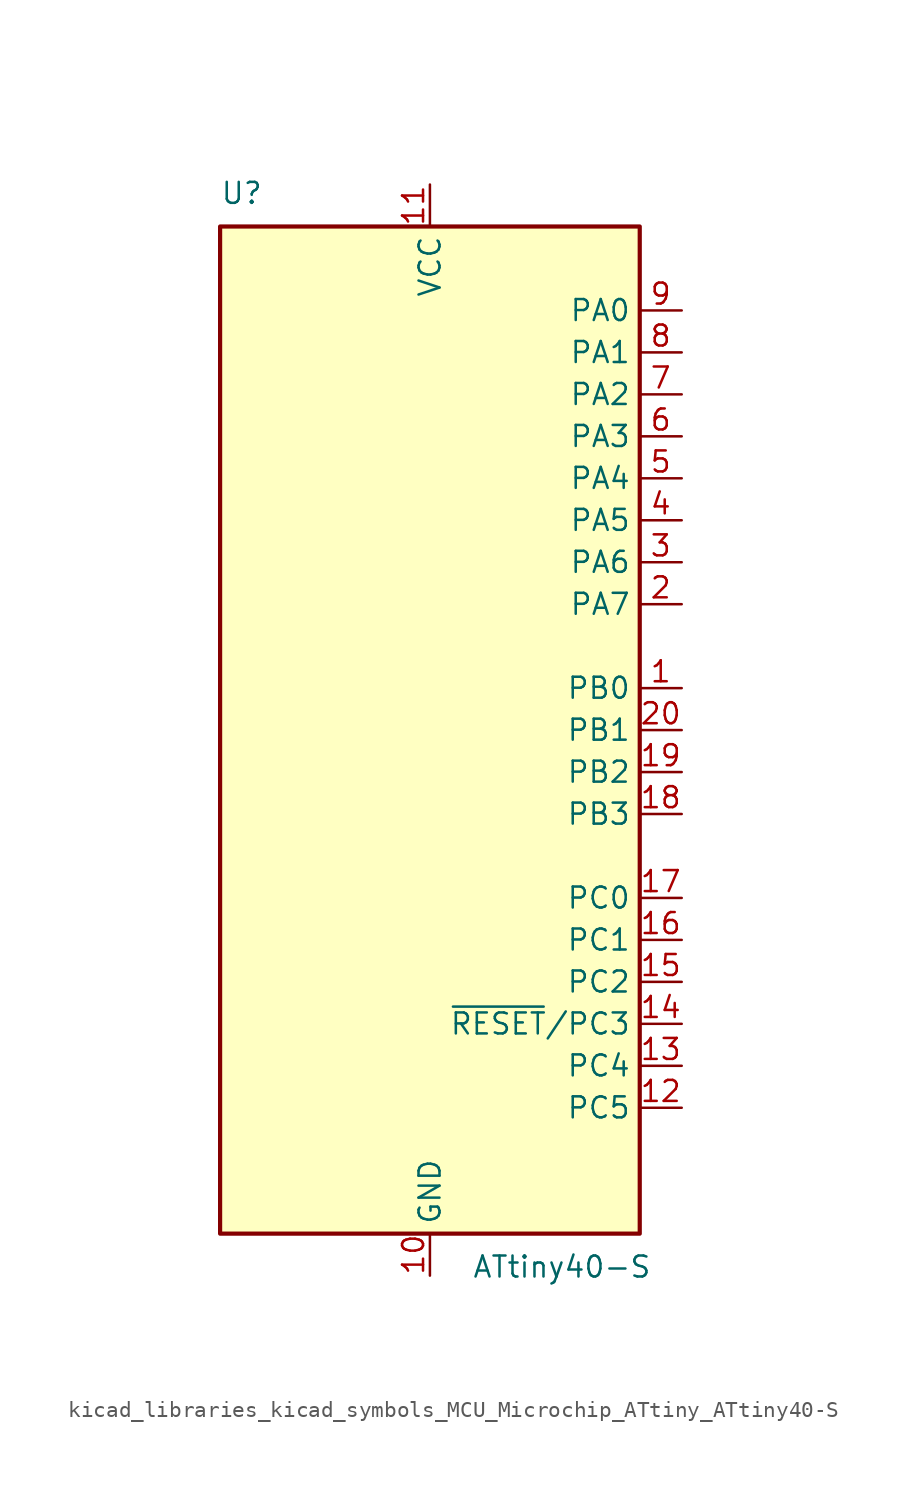
<source format=kicad_sym>
(kicad_symbol_lib
  (version 20220914)
  (generator kicad_symbol_editor)
  (symbol "kicad_libraries_kicad_symbols_MCU_Microchip_ATtiny_ATtiny40-S"
    (property "Reference" "U"
      (at -12.7 31.75 0)
      (effects (font (size 1.27 1.27)) (justify left bottom)))
    (property "Value" "ATtiny40-S"
      (at 2.54 -31.75 0)
      (effects (font (size 1.27 1.27)) (justify left top)))
    (symbol "kicad_libraries_kicad_symbols_MCU_Microchip_ATtiny_ATtiny40-S_0_1"
      (rectangle (start -12.7 -30.48) (end 12.7 30.48) (stroke (width 0.254) (type default)) (fill (type background))))
    (symbol "kicad_libraries_kicad_symbols_MCU_Microchip_ATtiny_ATtiny40-S_1_1"
      (pin bidirectional line (at 15.24 2.54 180) (length 2.54) (name "PB0" (effects (font (size 1.27 1.27)))) (number "1" (effects (font (size 1.27 1.27)))))
      (pin power_in line (at 0 -33.02 90) (length 2.54) (name "GND" (effects (font (size 1.27 1.27)))) (number "10" (effects (font (size 1.27 1.27)))))
      (pin power_in line (at 0 33.02 270) (length 2.54) (name "VCC" (effects (font (size 1.27 1.27)))) (number "11" (effects (font (size 1.27 1.27)))))
      (pin bidirectional line (at 15.24 -22.86 180) (length 2.54) (name "PC5" (effects (font (size 1.27 1.27)))) (number "12" (effects (font (size 1.27 1.27)))))
      (pin bidirectional line (at 15.24 -20.32 180) (length 2.54) (name "PC4" (effects (font (size 1.27 1.27)))) (number "13" (effects (font (size 1.27 1.27)))))
      (pin bidirectional line (at 15.24 -17.78 180) (length 2.54) (name "~{RESET}/PC3" (effects (font (size 1.27 1.27)))) (number "14" (effects (font (size 1.27 1.27)))))
      (pin bidirectional line (at 15.24 -15.24 180) (length 2.54) (name "PC2" (effects (font (size 1.27 1.27)))) (number "15" (effects (font (size 1.27 1.27)))))
      (pin bidirectional line (at 15.24 -12.7 180) (length 2.54) (name "PC1" (effects (font (size 1.27 1.27)))) (number "16" (effects (font (size 1.27 1.27)))))
      (pin bidirectional line (at 15.24 -10.16 180) (length 2.54) (name "PC0" (effects (font (size 1.27 1.27)))) (number "17" (effects (font (size 1.27 1.27)))))
      (pin bidirectional line (at 15.24 -5.08 180) (length 2.54) (name "PB3" (effects (font (size 1.27 1.27)))) (number "18" (effects (font (size 1.27 1.27)))))
      (pin bidirectional line (at 15.24 -2.54 180) (length 2.54) (name "PB2" (effects (font (size 1.27 1.27)))) (number "19" (effects (font (size 1.27 1.27)))))
      (pin bidirectional line (at 15.24 7.62 180) (length 2.54) (name "PA7" (effects (font (size 1.27 1.27)))) (number "2" (effects (font (size 1.27 1.27)))))
      (pin bidirectional line (at 15.24 0 180) (length 2.54) (name "PB1" (effects (font (size 1.27 1.27)))) (number "20" (effects (font (size 1.27 1.27)))))
      (pin bidirectional line (at 15.24 10.16 180) (length 2.54) (name "PA6" (effects (font (size 1.27 1.27)))) (number "3" (effects (font (size 1.27 1.27)))))
      (pin bidirectional line (at 15.24 12.7 180) (length 2.54) (name "PA5" (effects (font (size 1.27 1.27)))) (number "4" (effects (font (size 1.27 1.27)))))
      (pin bidirectional line (at 15.24 15.24 180) (length 2.54) (name "PA4" (effects (font (size 1.27 1.27)))) (number "5" (effects (font (size 1.27 1.27)))))
      (pin bidirectional line (at 15.24 17.78 180) (length 2.54) (name "PA3" (effects (font (size 1.27 1.27)))) (number "6" (effects (font (size 1.27 1.27)))))
      (pin bidirectional line (at 15.24 20.32 180) (length 2.54) (name "PA2" (effects (font (size 1.27 1.27)))) (number "7" (effects (font (size 1.27 1.27)))))
      (pin bidirectional line (at 15.24 22.86 180) (length 2.54) (name "PA1" (effects (font (size 1.27 1.27)))) (number "8" (effects (font (size 1.27 1.27)))))
      (pin bidirectional line (at 15.24 25.4 180) (length 2.54) (name "PA0" (effects (font (size 1.27 1.27)))) (number "9" (effects (font (size 1.27 1.27))))))))
</source>
